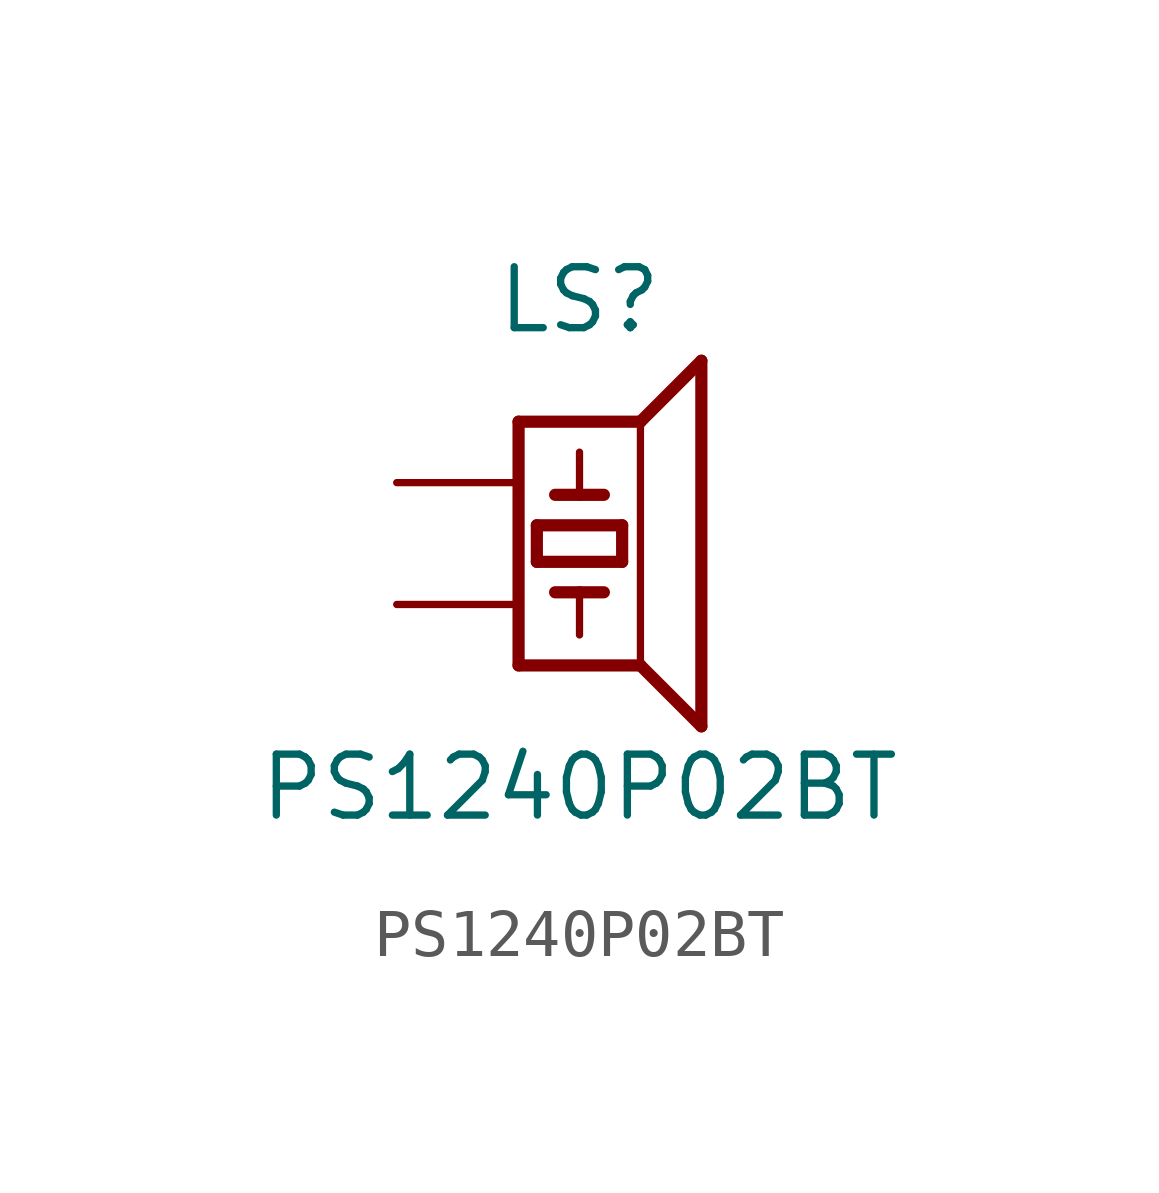
<source format=kicad_sym>
(kicad_symbol_lib
  (version 20231120)
  (generator "kicad_symbol_editor")
  (generator_version "8.0")
  (symbol "PS1240P02BT"
    (pin_numbers hide)
    (pin_names
      (offset 1.016) hide)
    (property "Reference" "LS"
      (at 0 5.08 0)
      (effects (font (size 1.27 1.27))))
    (property "Value" "PS1240P02BT"
      (at 0 -5.08 0)
      (effects (font (size 1.27 1.27))))
    (symbol "PS1240P02BT_1_0"
      (polyline (pts (xy -1.27 -2.54) (xy -1.27 2.54)) (stroke (width 0.254) (type default)) (fill (type none)))
      (polyline (pts (xy -1.27 -2.54) (xy 1.27 -2.54)) (stroke (width 0.254) (type default)) (fill (type none)))
      (polyline (pts (xy -0.889 -0.381) (xy 0.889 -0.381)) (stroke (width 0.254) (type default)) (fill (type none)))
      (polyline (pts (xy -0.889 0.381) (xy -0.889 -0.381)) (stroke (width 0.254) (type default)) (fill (type none)))
      (polyline (pts (xy -0.508 -1.016) (xy 0 -1.016)) (stroke (width 0.254) (type default)) (fill (type none)))
      (polyline (pts (xy -0.508 1.016) (xy 0 1.016)) (stroke (width 0.254) (type default)) (fill (type none)))
      (polyline (pts (xy 0 -1.905) (xy 0 -1.016)) (stroke (width 0.152) (type default)) (fill (type none)))
      (polyline (pts (xy 0 -1.016) (xy 0.508 -1.016)) (stroke (width 0.254) (type default)) (fill (type none)))
      (polyline (pts (xy 0 1.016) (xy 0 1.905)) (stroke (width 0.152) (type default)) (fill (type none)))
      (polyline (pts (xy 0 1.016) (xy 0.508 1.016)) (stroke (width 0.254) (type default)) (fill (type none)))
      (polyline (pts (xy 0.889 -0.381) (xy 0.889 0.381)) (stroke (width 0.254) (type default)) (fill (type none)))
      (polyline (pts (xy 0.889 0.381) (xy -0.889 0.381)) (stroke (width 0.254) (type default)) (fill (type none)))
      (polyline (pts (xy 1.27 -2.54) (xy 1.27 2.54)) (stroke (width 0.152) (type default)) (fill (type none)))
      (polyline (pts (xy 1.27 2.54) (xy -1.27 2.54)) (stroke (width 0.254) (type default)) (fill (type none)))
      (polyline (pts (xy 1.27 2.54) (xy 2.54 3.81)) (stroke (width 0.254) (type default)) (fill (type none)))
      (polyline (pts (xy 2.54 -3.81) (xy 1.27 -2.54)) (stroke (width 0.254) (type default)) (fill (type none)))
      (polyline (pts (xy 2.54 3.81) (xy 2.54 -3.81)) (stroke (width 0.254) (type default)) (fill (type none))))
    (symbol "PS1240P02BT_1_1"
      (pin passive line (at -3.81 1.27 0) (length 2.54) (name "1" (effects (font (size 1.27 1.27)))) (number "1" (effects (font (size 1.27 1.27)))))
      (pin passive line (at -3.81 -1.27 0) (length 2.54) (name "2" (effects (font (size 1.27 1.27)))) (number "2" (effects (font (size 1.27 1.27))))))))
</source>
